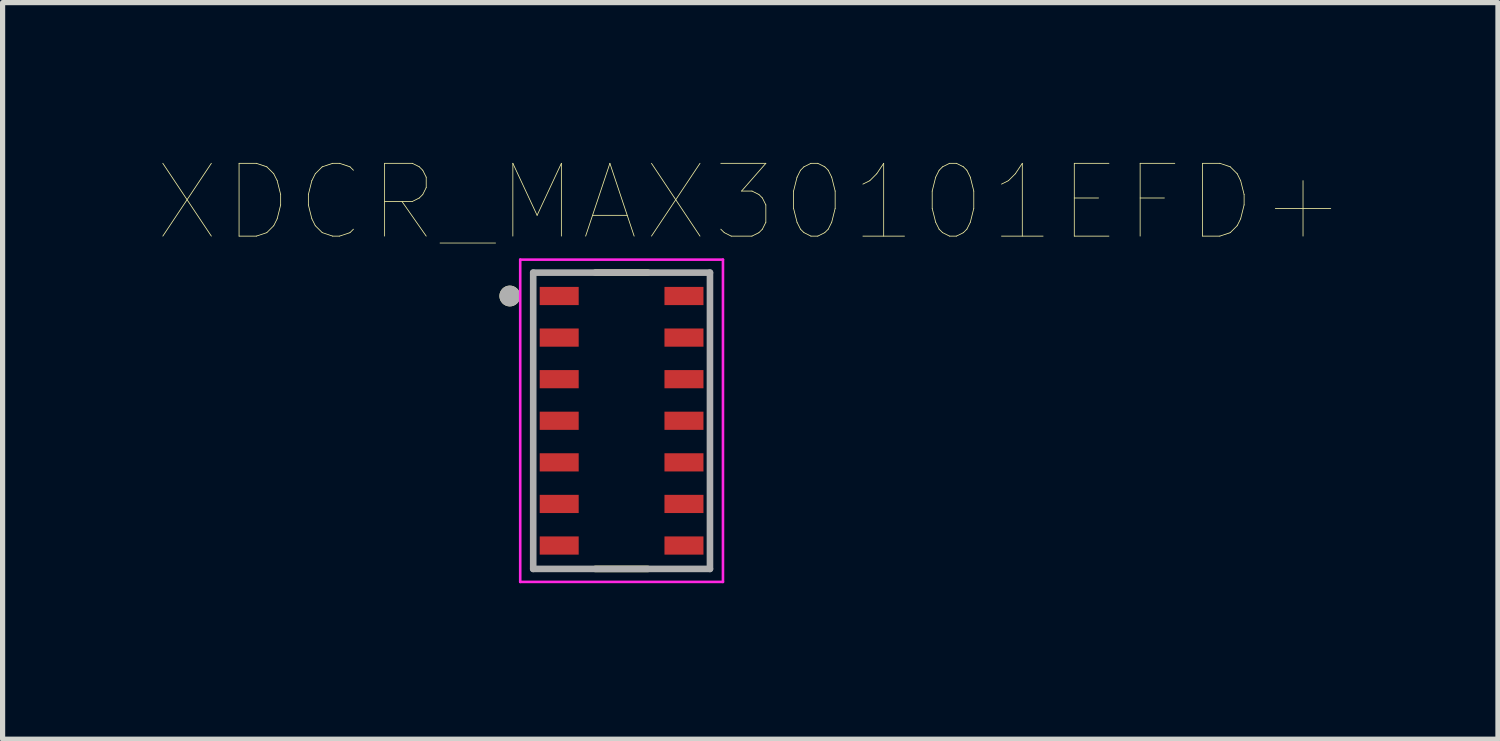
<source format=kicad_pcb>
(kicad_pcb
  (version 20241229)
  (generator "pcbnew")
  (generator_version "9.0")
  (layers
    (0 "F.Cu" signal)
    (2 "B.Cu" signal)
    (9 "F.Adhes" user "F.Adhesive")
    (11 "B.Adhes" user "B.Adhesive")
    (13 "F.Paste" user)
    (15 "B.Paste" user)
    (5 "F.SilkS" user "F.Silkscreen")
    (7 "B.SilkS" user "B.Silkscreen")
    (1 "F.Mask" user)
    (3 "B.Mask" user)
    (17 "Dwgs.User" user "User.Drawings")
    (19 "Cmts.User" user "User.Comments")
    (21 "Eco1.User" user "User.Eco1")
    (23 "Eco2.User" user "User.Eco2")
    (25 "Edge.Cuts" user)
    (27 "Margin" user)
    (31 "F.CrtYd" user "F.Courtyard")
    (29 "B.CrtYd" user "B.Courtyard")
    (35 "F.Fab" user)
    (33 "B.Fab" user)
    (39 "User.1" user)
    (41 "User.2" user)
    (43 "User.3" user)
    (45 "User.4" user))
  (footprint "XDCR_MAX30101EFD+"
    (layer "F.Cu")
    (at 8.907 5.044)
    (property "Reference" "XDCR_MAX30101EFD+" (at 2.475 -4.199 0) (layer "F.SilkS") (effects (font (size 1.4 1.4) (thickness 0.015))))
    (attr through_hole)
    (fp_line (start -0.505 -2.85) (end 0.505 -2.85) (stroke (width 0.127) (type solid)) (layer "F.SilkS"))
    (fp_line (start 0.505 2.85) (end -0.505 2.85) (stroke (width 0.127) (type solid)) (layer "F.SilkS"))
    (fp_circle (center -2.15 -2.4) (end -2.05 -2.4) (stroke (width 0.2) (type solid)) (fill no) (layer "F.SilkS"))
    (fp_line (start -1.95 -3.1) (end -1.95 3.1) (stroke (width 0.05) (type solid)) (layer "F.CrtYd"))
    (fp_line (start -1.95 3.1) (end 1.95 3.1) (stroke (width 0.05) (type solid)) (layer "F.CrtYd"))
    (fp_line (start 1.95 -3.1) (end -1.95 -3.1) (stroke (width 0.05) (type solid)) (layer "F.CrtYd"))
    (fp_line (start 1.95 3.1) (end 1.95 -3.1) (stroke (width 0.05) (type solid)) (layer "F.CrtYd"))
    (fp_line (start -1.7 -2.85) (end -1.7 2.85) (stroke (width 0.127) (type solid)) (layer "F.Fab"))
    (fp_line (start -1.7 -2.85) (end 1.7 -2.85) (stroke (width 0.127) (type solid)) (layer "F.Fab"))
    (fp_line (start 1.7 2.85) (end -1.7 2.85) (stroke (width 0.127) (type solid)) (layer "F.Fab"))
    (fp_line (start 1.7 2.85) (end 1.7 -2.85) (stroke (width 0.127) (type solid)) (layer "F.Fab"))
    (fp_circle (center -2.15 -2.4) (end -2.05 -2.4) (stroke (width 0.2) (type solid)) (fill no) (layer "F.Fab"))
    (pad "1" smd rect (at -1.2 -2.4) (size 0.75 0.35) (layers "F.Cu" "F.Mask" "F.Paste"))
    (pad "2" smd rect (at -1.2 -1.6) (size 0.75 0.35) (layers "F.Cu" "F.Mask" "F.Paste"))
    (pad "3" smd rect (at -1.2 -0.8) (size 0.75 0.35) (layers "F.Cu" "F.Mask" "F.Paste"))
    (pad "4" smd rect (at -1.2 0) (size 0.75 0.35) (layers "F.Cu" "F.Mask" "F.Paste"))
    (pad "5" smd rect (at -1.2 0.8) (size 0.75 0.35) (layers "F.Cu" "F.Mask" "F.Paste"))
    (pad "6" smd rect (at -1.2 1.6) (size 0.75 0.35) (layers "F.Cu" "F.Mask" "F.Paste"))
    (pad "7" smd rect (at -1.2 2.4) (size 0.75 0.35) (layers "F.Cu" "F.Mask" "F.Paste"))
    (pad "8" smd rect (at 1.2 2.4) (size 0.75 0.35) (layers "F.Cu" "F.Mask" "F.Paste"))
    (pad "9" smd rect (at 1.2 1.6) (size 0.75 0.35) (layers "F.Cu" "F.Mask" "F.Paste"))
    (pad "10" smd rect (at 1.2 0.8) (size 0.75 0.35) (layers "F.Cu" "F.Mask" "F.Paste"))
    (pad "11" smd rect (at 1.2 0) (size 0.75 0.35) (layers "F.Cu" "F.Mask" "F.Paste"))
    (pad "12" smd rect (at 1.2 -0.8) (size 0.75 0.35) (layers "F.Cu" "F.Mask" "F.Paste"))
    (pad "13" smd rect (at 1.2 -1.6) (size 0.75 0.35) (layers "F.Cu" "F.Mask" "F.Paste"))
    (pad "14" smd rect (at 1.2 -2.4) (size 0.75 0.35) (layers "F.Cu" "F.Mask" "F.Paste")))
  (gr_rect
    (start -3 -3)
    (end 25.765 11.169)
    (stroke (width 0.1) (type default))
    (fill no)
    (layer "Edge.Cuts")))
</source>
